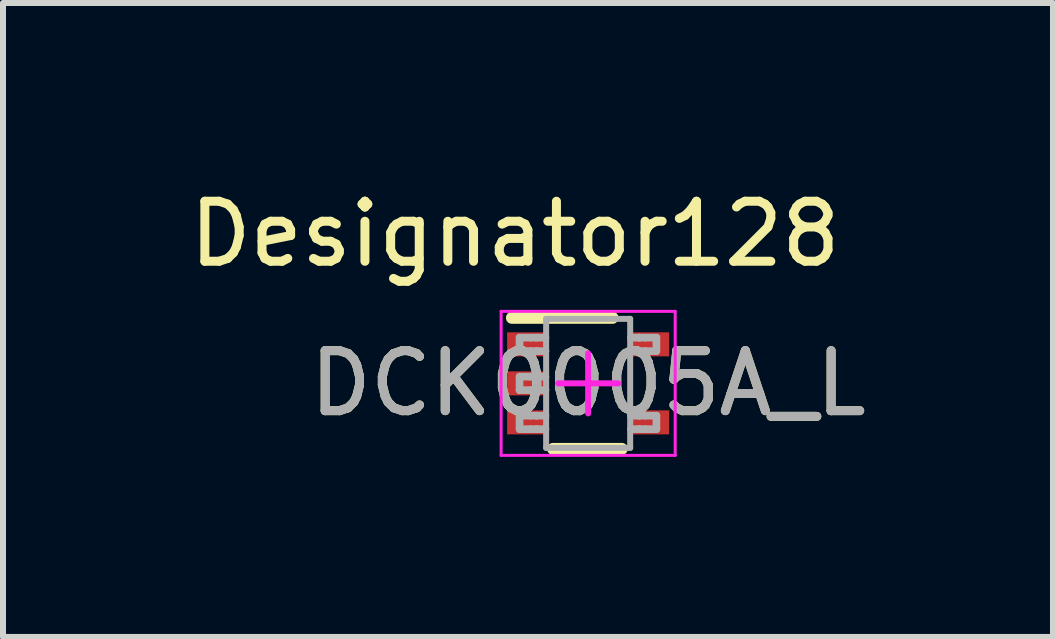
<source format=kicad_pcb>
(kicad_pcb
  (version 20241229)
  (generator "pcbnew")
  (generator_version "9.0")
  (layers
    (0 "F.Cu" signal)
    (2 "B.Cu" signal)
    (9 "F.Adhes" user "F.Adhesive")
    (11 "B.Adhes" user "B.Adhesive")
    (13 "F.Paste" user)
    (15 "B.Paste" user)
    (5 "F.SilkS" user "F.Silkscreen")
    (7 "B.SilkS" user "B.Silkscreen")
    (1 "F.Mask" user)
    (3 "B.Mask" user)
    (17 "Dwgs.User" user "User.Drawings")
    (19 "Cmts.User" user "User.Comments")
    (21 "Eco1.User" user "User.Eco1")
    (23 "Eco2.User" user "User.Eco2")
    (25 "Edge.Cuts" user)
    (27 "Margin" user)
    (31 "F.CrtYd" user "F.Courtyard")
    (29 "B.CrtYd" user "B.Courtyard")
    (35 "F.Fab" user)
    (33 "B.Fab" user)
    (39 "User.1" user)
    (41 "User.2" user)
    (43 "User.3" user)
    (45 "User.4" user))
  (footprint "DCK0005A_L"
    (layer "F.Cu")
    (at 6.749 3.337)
    (property "Reference" "DCK0005A_L" (at 0 0 0) (unlocked yes) (layer "F.SilkS") (effects (font (size 1 1) (thickness 0.15))))
    (attr smd)
    (fp_line (start -1.27 -1.092) (end 0.406 -1.092) (stroke (width 0.2) (type solid)) (layer "F.SilkS"))
    (fp_line (start -0.584 1.092) (end 0.559 1.092) (stroke (width 0.2) (type solid)) (layer "F.SilkS"))
    (fp_line (start -1.45 -1.2) (end 1.45 -1.2) (stroke (width 0.05) (type solid)) (layer "F.CrtYd"))
    (fp_line (start -1.45 1.2) (end -1.45 -1.2) (stroke (width 0.05) (type solid)) (layer "F.CrtYd"))
    (fp_line (start -1.45 1.2) (end 1.45 1.2) (stroke (width 0.05) (type solid)) (layer "F.CrtYd"))
    (fp_line (start -0.5 0) (end 0.5 0) (stroke (width 0.1) (type solid)) (layer "F.CrtYd"))
    (fp_line (start -0.000003 0.5) (end -0.000003 -0.5) (stroke (width 0.1) (type solid)) (layer "F.CrtYd"))
    (fp_line (start 1.45 1.2) (end 1.45 -1.2) (stroke (width 0.05) (type solid)) (layer "F.CrtYd"))
    (fp_line (start -1.143 -0.762) (end -0.959 -0.762) (stroke (width 0.127) (type solid)) (layer "F.Fab"))
    (fp_line (start -1.143 -0.537) (end -1.143 -0.762) (stroke (width 0.127) (type solid)) (layer "F.Fab"))
    (fp_line (start -1.143 -0.537) (end -0.959 -0.537) (stroke (width 0.127) (type solid)) (layer "F.Fab"))
    (fp_line (start -1.143 -0.112) (end -0.959 -0.112) (stroke (width 0.127) (type solid)) (layer "F.Fab"))
    (fp_line (start -1.143 0.113) (end -1.143 -0.112) (stroke (width 0.127) (type solid)) (layer "F.Fab"))
    (fp_line (start -1.143 0.113) (end -0.959 0.113) (stroke (width 0.127) (type solid)) (layer "F.Fab"))
    (fp_line (start -1.143 0.538) (end -0.959 0.538) (stroke (width 0.127) (type solid)) (layer "F.Fab"))
    (fp_line (start -1.143 0.763) (end -1.143 0.538) (stroke (width 0.127) (type solid)) (layer "F.Fab"))
    (fp_line (start -1.143 0.763) (end -0.959 0.763) (stroke (width 0.127) (type solid)) (layer "F.Fab"))
    (fp_line (start -0.959 -0.762) (end -0.711 -0.762) (stroke (width 0.127) (type solid)) (layer "F.Fab"))
    (fp_line (start -0.959 -0.537) (end -0.865 -0.537) (stroke (width 0.127) (type solid)) (layer "F.Fab"))
    (fp_line (start -0.959 -0.112) (end -0.865 -0.112) (stroke (width 0.127) (type solid)) (layer "F.Fab"))
    (fp_line (start -0.959 0.113) (end -0.865 0.113) (stroke (width 0.127) (type solid)) (layer "F.Fab"))
    (fp_line (start -0.959 0.538) (end -0.865 0.538) (stroke (width 0.127) (type solid)) (layer "F.Fab"))
    (fp_line (start -0.959 0.763) (end -0.865 0.763) (stroke (width 0.127) (type solid)) (layer "F.Fab"))
    (fp_line (start -0.865 -0.762) (end -0.853 -0.762) (stroke (width 0.127) (type solid)) (layer "F.Fab"))
    (fp_line (start -0.865 -0.537) (end -0.853 -0.537) (stroke (width 0.127) (type solid)) (layer "F.Fab"))
    (fp_line (start -0.865 -0.112) (end -0.853 -0.112) (stroke (width 0.127) (type solid)) (layer "F.Fab"))
    (fp_line (start -0.865 0.113) (end -0.853 0.113) (stroke (width 0.127) (type solid)) (layer "F.Fab"))
    (fp_line (start -0.865 0.538) (end -0.853 0.538) (stroke (width 0.127) (type solid)) (layer "F.Fab"))
    (fp_line (start -0.865 0.763) (end -0.853 0.763) (stroke (width 0.127) (type solid)) (layer "F.Fab"))
    (fp_line (start -0.853 -0.537) (end -0.711 -0.537) (stroke (width 0.127) (type solid)) (layer "F.Fab"))
    (fp_line (start -0.853 -0.112) (end -0.711 -0.112) (stroke (width 0.127) (type solid)) (layer "F.Fab"))
    (fp_line (start -0.853 0.113) (end -0.711 0.113) (stroke (width 0.127) (type solid)) (layer "F.Fab"))
    (fp_line (start -0.853 0.538) (end -0.711 0.538) (stroke (width 0.127) (type solid)) (layer "F.Fab"))
    (fp_line (start -0.853 0.763) (end -0.711 0.763) (stroke (width 0.127) (type solid)) (layer "F.Fab"))
    (fp_line (start -0.7 -1.075) (end 0.7 -1.075) (stroke (width 0.1) (type solid)) (layer "F.Fab"))
    (fp_line (start -0.7 1.075) (end -0.7 -1.075) (stroke (width 0.1) (type solid)) (layer "F.Fab"))
    (fp_line (start -0.7 1.075) (end 0.7 1.075) (stroke (width 0.1) (type solid)) (layer "F.Fab"))
    (fp_line (start 0.7 1.075) (end 0.7 -1.075) (stroke (width 0.1) (type solid)) (layer "F.Fab"))
    (fp_line (start 0.711 -0.762) (end 0.847 -0.762) (stroke (width 0.127) (type solid)) (layer "F.Fab"))
    (fp_line (start 0.711 -0.537) (end 0.847 -0.537) (stroke (width 0.127) (type solid)) (layer "F.Fab"))
    (fp_line (start 0.711 0.538) (end 0.847 0.538) (stroke (width 0.127) (type solid)) (layer "F.Fab"))
    (fp_line (start 0.711 0.763) (end 0.847 0.763) (stroke (width 0.127) (type solid)) (layer "F.Fab"))
    (fp_line (start 0.847 -0.762) (end 0.859 -0.762) (stroke (width 0.127) (type solid)) (layer "F.Fab"))
    (fp_line (start 0.847 -0.537) (end 0.859 -0.537) (stroke (width 0.127) (type solid)) (layer "F.Fab"))
    (fp_line (start 0.847 0.538) (end 0.859 0.538) (stroke (width 0.127) (type solid)) (layer "F.Fab"))
    (fp_line (start 0.847 0.763) (end 0.859 0.763) (stroke (width 0.127) (type solid)) (layer "F.Fab"))
    (fp_line (start 0.859 -0.762) (end 0.953 -0.762) (stroke (width 0.127) (type solid)) (layer "F.Fab"))
    (fp_line (start 0.859 -0.537) (end 0.953 -0.537) (stroke (width 0.127) (type solid)) (layer "F.Fab"))
    (fp_line (start 0.859 0.538) (end 0.953 0.538) (stroke (width 0.127) (type solid)) (layer "F.Fab"))
    (fp_line (start 0.859 0.763) (end 0.953 0.763) (stroke (width 0.127) (type solid)) (layer "F.Fab"))
    (fp_line (start 0.953 -0.762) (end 1.137 -0.762) (stroke (width 0.127) (type solid)) (layer "F.Fab"))
    (fp_line (start 0.953 -0.537) (end 1.137 -0.537) (stroke (width 0.127) (type solid)) (layer "F.Fab"))
    (fp_line (start 0.953 0.538) (end 1.137 0.538) (stroke (width 0.127) (type solid)) (layer "F.Fab"))
    (fp_line (start 0.953 0.763) (end 1.137 0.763) (stroke (width 0.127) (type solid)) (layer "F.Fab"))
    (fp_line (start 1.137 -0.537) (end 1.137 -0.762) (stroke (width 0.127) (type solid)) (layer "F.Fab"))
    (fp_line (start 1.137 0.763) (end 1.137 0.538) (stroke (width 0.127) (type solid)) (layer "F.Fab"))
    (fp_text user "Designator128" (at -1.219 -2.489 0) (unlocked yes) (layer "F.SilkS") (effects (font (size 1 1) (thickness 0.15))))
    (fp_text user "${REFERENCE}" (at 0 0 0) (unlocked yes) (layer "F.Fab") (effects (font (size 1 1) (thickness 0.15))))
    (pad "1" smd rect (at -1.025 -0.65 90) (size 0.4 0.65) (layers "F.Cu" "F.Mask" "F.Paste"))
    (pad "2" smd rect (at -1.025 0 90) (size 0.4 0.65) (layers "F.Cu" "F.Mask" "F.Paste"))
    (pad "3" smd rect (at -1.025 0.65 90) (size 0.4 0.65) (layers "F.Cu" "F.Mask" "F.Paste"))
    (pad "4" smd rect (at 1.025 0.65 90) (size 0.4 0.65) (layers "F.Cu" "F.Mask" "F.Paste"))
    (pad "5" smd rect (at 1.025 -0.65 90) (size 0.4 0.65) (layers "F.Cu" "F.Mask" "F.Paste")))
  (gr_rect
    (start -3 -3)
    (end 14.493 7.562)
    (stroke (width 0.1) (type default))
    (fill no)
    (layer "Edge.Cuts")))
</source>
